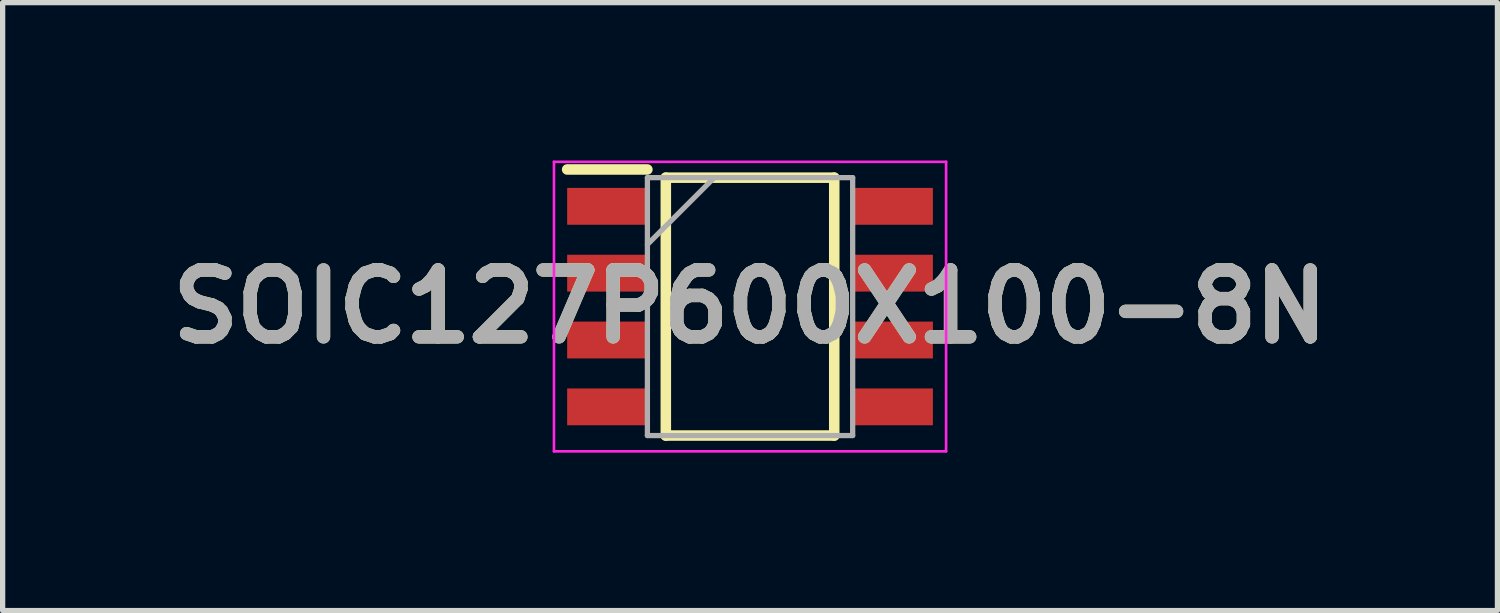
<source format=kicad_pcb>
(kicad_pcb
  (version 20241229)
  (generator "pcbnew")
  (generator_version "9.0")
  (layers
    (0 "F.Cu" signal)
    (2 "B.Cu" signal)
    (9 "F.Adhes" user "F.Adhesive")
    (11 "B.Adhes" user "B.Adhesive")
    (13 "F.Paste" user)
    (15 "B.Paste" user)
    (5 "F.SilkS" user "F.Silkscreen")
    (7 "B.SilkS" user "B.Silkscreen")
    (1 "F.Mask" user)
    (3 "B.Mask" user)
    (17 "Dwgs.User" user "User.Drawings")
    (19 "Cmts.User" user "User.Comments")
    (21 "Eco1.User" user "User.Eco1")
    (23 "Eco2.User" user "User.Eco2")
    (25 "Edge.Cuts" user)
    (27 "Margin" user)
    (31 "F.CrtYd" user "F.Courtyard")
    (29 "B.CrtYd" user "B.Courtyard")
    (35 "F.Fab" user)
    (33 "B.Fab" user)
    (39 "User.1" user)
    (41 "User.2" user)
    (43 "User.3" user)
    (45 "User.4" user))
  (footprint "SOIC127P600X100-8N"
    (layer "F.Cu")
    (at 11.2 2.775)
    (property "Reference" "SOIC127P600X100-8N" (at 0 0 0) (layer "F.SilkS") (effects (font (size 1.27 1.27) (thickness 0.254))))
    (attr smd)
    (fp_line (start -3.475 -2.605) (end -1.95 -2.605) (stroke (width 0.2) (type solid)) (layer "F.SilkS"))
    (fp_line (start -1.6 -2.45) (end 1.6 -2.45) (stroke (width 0.2) (type solid)) (layer "F.SilkS"))
    (fp_line (start -1.6 2.45) (end -1.6 -2.45) (stroke (width 0.2) (type solid)) (layer "F.SilkS"))
    (fp_line (start 1.6 -2.45) (end 1.6 2.45) (stroke (width 0.2) (type solid)) (layer "F.SilkS"))
    (fp_line (start 1.6 2.45) (end -1.6 2.45) (stroke (width 0.2) (type solid)) (layer "F.SilkS"))
    (fp_line (start -3.725 -2.75) (end 3.725 -2.75) (stroke (width 0.05) (type solid)) (layer "F.CrtYd"))
    (fp_line (start -3.725 2.75) (end -3.725 -2.75) (stroke (width 0.05) (type solid)) (layer "F.CrtYd"))
    (fp_line (start 3.725 -2.75) (end 3.725 2.75) (stroke (width 0.05) (type solid)) (layer "F.CrtYd"))
    (fp_line (start 3.725 2.75) (end -3.725 2.75) (stroke (width 0.05) (type solid)) (layer "F.CrtYd"))
    (fp_line (start -1.95 -2.45) (end 1.95 -2.45) (stroke (width 0.1) (type solid)) (layer "F.Fab"))
    (fp_line (start -1.95 -1.18) (end -0.68 -2.45) (stroke (width 0.1) (type solid)) (layer "F.Fab"))
    (fp_line (start -1.95 2.45) (end -1.95 -2.45) (stroke (width 0.1) (type solid)) (layer "F.Fab"))
    (fp_line (start 1.95 -2.45) (end 1.95 2.45) (stroke (width 0.1) (type solid)) (layer "F.Fab"))
    (fp_line (start 1.95 2.45) (end -1.95 2.45) (stroke (width 0.1) (type solid)) (layer "F.Fab"))
    (fp_text user "${REFERENCE}" (at 0 0 0) (layer "F.Fab") (effects (font (size 1.27 1.27) (thickness 0.254))))
    (pad "1" smd rect (at -2.712 -1.905 90) (size 0.7 1.525) (layers "F.Cu" "F.Mask" "F.Paste"))
    (pad "2" smd rect (at -2.712 -0.635 90) (size 0.7 1.525) (layers "F.Cu" "F.Mask" "F.Paste"))
    (pad "3" smd rect (at -2.712 0.635 90) (size 0.7 1.525) (layers "F.Cu" "F.Mask" "F.Paste"))
    (pad "4" smd rect (at -2.712 1.905 90) (size 0.7 1.525) (layers "F.Cu" "F.Mask" "F.Paste"))
    (pad "5" smd rect (at 2.712 1.905 90) (size 0.7 1.525) (layers "F.Cu" "F.Mask" "F.Paste"))
    (pad "6" smd rect (at 2.712 0.635 90) (size 0.7 1.525) (layers "F.Cu" "F.Mask" "F.Paste"))
    (pad "7" smd rect (at 2.712 -0.635 90) (size 0.7 1.525) (layers "F.Cu" "F.Mask" "F.Paste"))
    (pad "8" smd rect (at 2.712 -1.905 90) (size 0.7 1.525) (layers "F.Cu" "F.Mask" "F.Paste")))
  (gr_rect
    (start -3 -3)
    (end 25.4 8.55)
    (stroke (width 0.1) (type default))
    (fill no)
    (layer "Edge.Cuts")))
</source>
